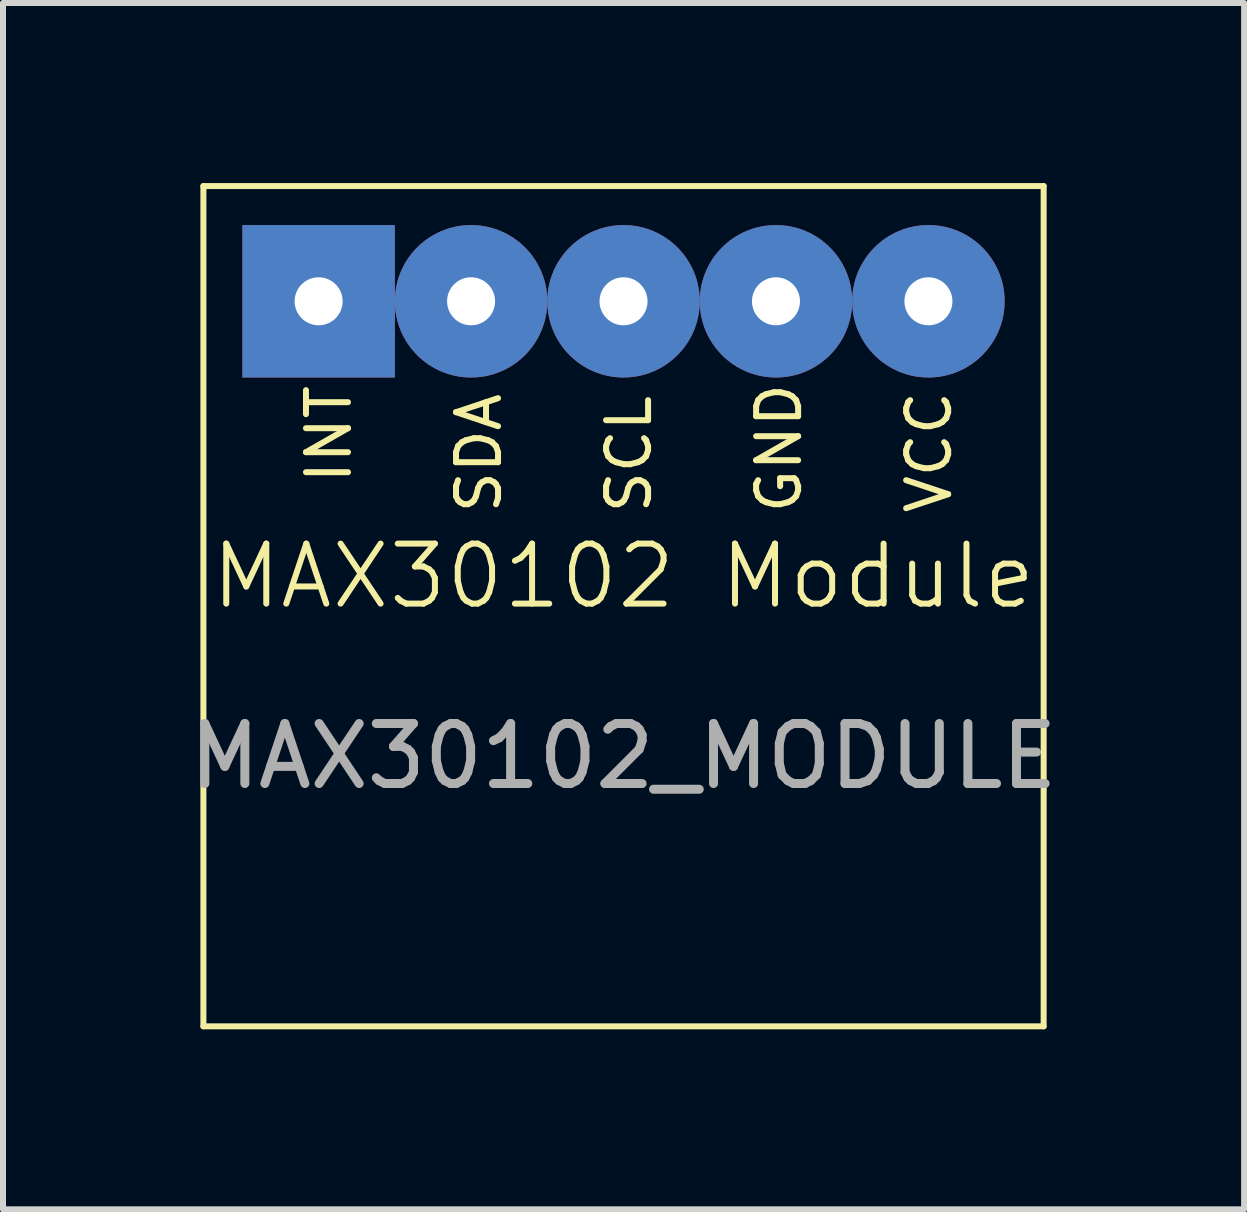
<source format=kicad_pcb>
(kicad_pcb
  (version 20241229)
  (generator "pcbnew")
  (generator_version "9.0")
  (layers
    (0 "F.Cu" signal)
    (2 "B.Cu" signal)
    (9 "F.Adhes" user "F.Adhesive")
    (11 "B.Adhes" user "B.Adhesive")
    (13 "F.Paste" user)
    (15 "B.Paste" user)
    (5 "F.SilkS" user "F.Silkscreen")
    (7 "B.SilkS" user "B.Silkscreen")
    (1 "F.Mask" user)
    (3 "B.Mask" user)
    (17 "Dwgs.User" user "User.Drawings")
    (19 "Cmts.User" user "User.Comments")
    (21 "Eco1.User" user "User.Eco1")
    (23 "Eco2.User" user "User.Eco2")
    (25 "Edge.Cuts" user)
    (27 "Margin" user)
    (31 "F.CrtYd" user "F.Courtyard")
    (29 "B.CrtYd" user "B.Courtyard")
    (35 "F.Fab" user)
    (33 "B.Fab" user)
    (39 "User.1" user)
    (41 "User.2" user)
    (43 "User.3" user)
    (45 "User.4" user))
  (footprint "MAX30102 Module"
    (layer "F.Cu")
    (at 7.339 7.05)
    (property "Reference" "MAX30102 Module" (at 0 -0.5 0) (unlocked yes) (layer "F.SilkS") (effects (font (size 1 1) (thickness 0.1))))
    (attr through_hole)
    (fp_line (start -7 -7) (end 7 -7) (stroke (width 0.1) (type default)) (layer "F.SilkS"))
    (fp_line (start -7 7) (end -7 -7) (stroke (width 0.1) (type default)) (layer "F.SilkS"))
    (fp_line (start 7 -7) (end 7 7) (stroke (width 0.1) (type default)) (layer "F.SilkS"))
    (fp_line (start 7 7) (end -7 7) (stroke (width 0.1) (type default)) (layer "F.SilkS"))
    (fp_text user "SCL" (at 0.5 -1.5 90) (unlocked yes) (layer "F.SilkS") (effects (font (size 0.7 0.7) (thickness 0.1)) (justify left bottom)))
    (fp_text user "VCC" (at 5.5 -1.5 90) (unlocked yes) (layer "F.SilkS") (effects (font (size 0.7 0.7) (thickness 0.1)) (justify left bottom)))
    (fp_text user "GND" (at 3 -1.5 90) (unlocked yes) (layer "F.SilkS") (effects (font (size 0.7 0.7) (thickness 0.1)) (justify left bottom)))
    (fp_text user "SDA" (at -2 -1.5 90) (unlocked yes) (layer "F.SilkS") (effects (font (size 0.7 0.7) (thickness 0.1)) (justify left bottom)))
    (fp_text user "INT" (at -4.5 -2 90) (unlocked yes) (layer "F.SilkS") (effects (font (size 0.7 0.7) (thickness 0.1)) (justify left bottom)))
    (fp_text user "MAX30102_MODULE" (at 0 2.5 0) (unlocked yes) (layer "F.Fab") (effects (font (size 1 1) (thickness 0.15))))
    (pad "1" thru_hole rect (at -5.08 -5.08) (size 2.54 2.54) (drill 0.8) (layers "*.Cu" "*.Mask"))
    (pad "2" thru_hole circle (at -2.54 -5.08) (size 2.54 2.54) (drill 0.8) (layers "*.Cu" "*.Mask"))
    (pad "3" thru_hole circle (at 0 -5.08) (size 2.54 2.54) (drill 0.8) (layers "*.Cu" "*.Mask"))
    (pad "4" thru_hole circle (at 2.54 -5.08) (size 2.54 2.54) (drill 0.8) (layers "*.Cu" "*.Mask"))
    (pad "5" thru_hole circle (at 5.08 -5.08) (size 2.54 2.54) (drill 0.8) (layers "*.Cu" "*.Mask"))
    (zone (net_name "") (layer "F.SilkS") (hatch edge 0.5) (connect_pads) (min_thickness 0.25) (filled_areas_thickness no) (keepout (tracks allowed) (vias allowed) (pads not_allowed) (copperpour allowed) (footprints not_allowed)) (placement (enabled no)) (fill) (polygon (pts (xy 0.339 0.05) (xy 14.339 0.05) (xy 14.339 14.05) (xy 0.339 14.05)))))
  (gr_rect
    (start -3 -3)
    (end 17.679 17.1)
    (stroke (width 0.1) (type default))
    (fill no)
    (layer "Edge.Cuts")))
</source>
